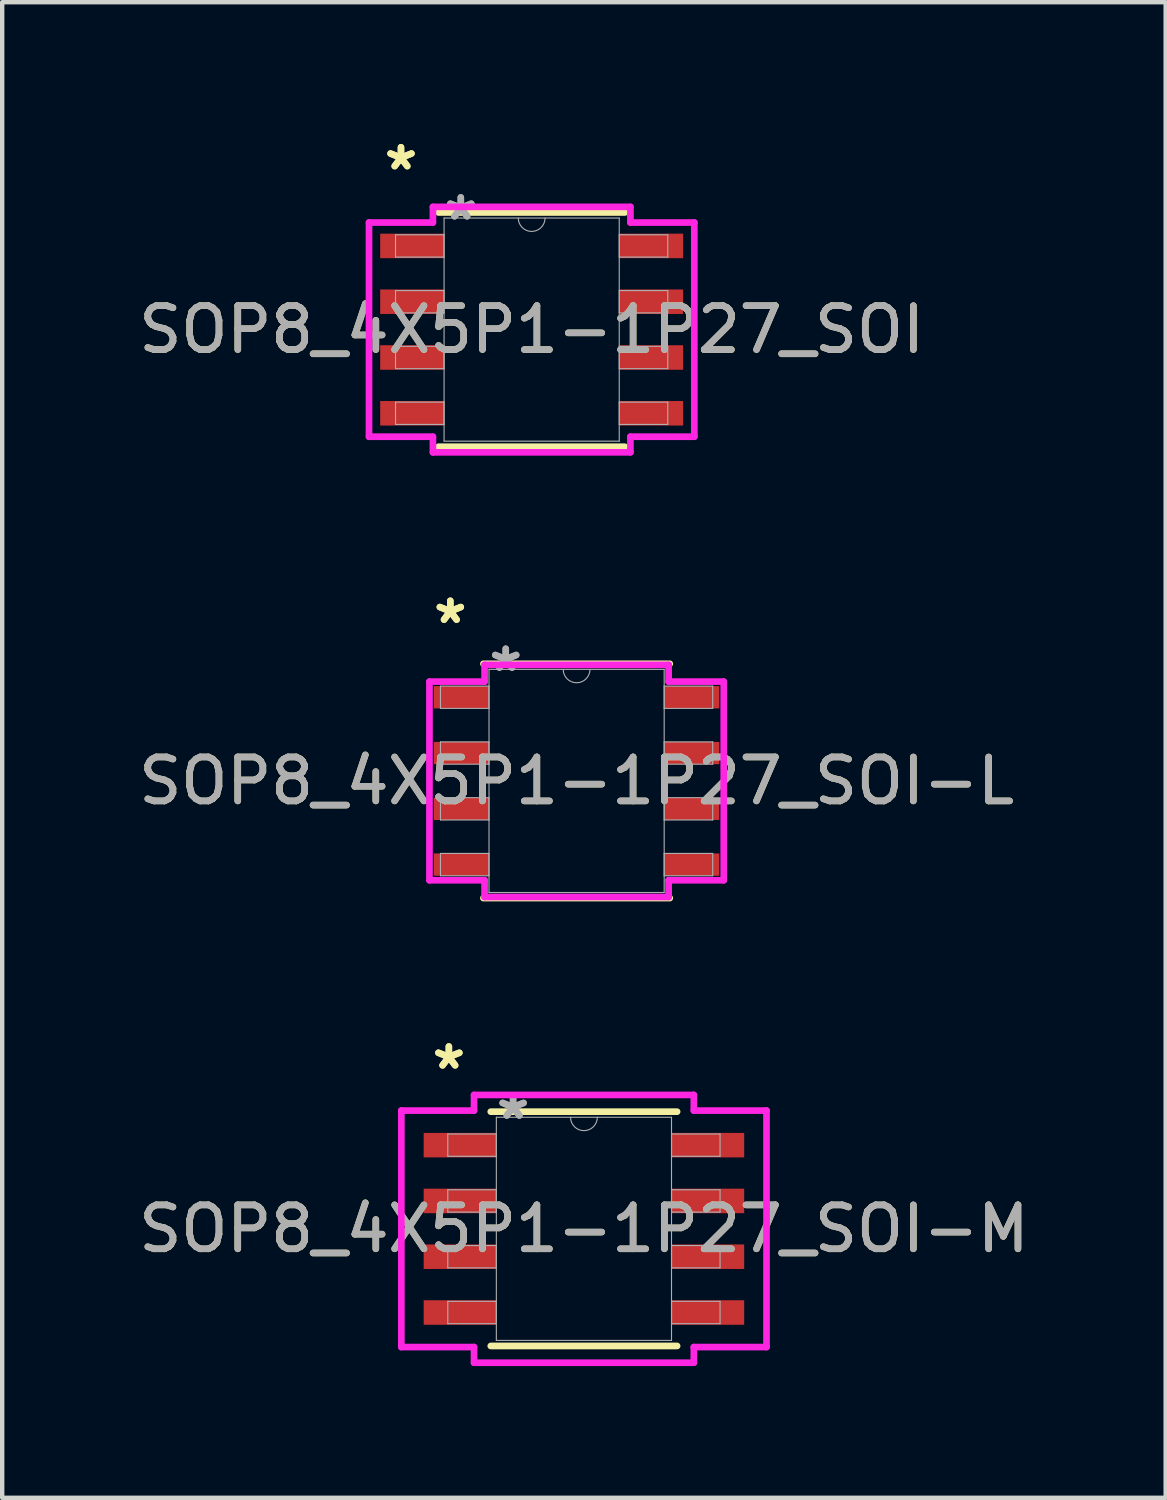
<source format=kicad_pcb>
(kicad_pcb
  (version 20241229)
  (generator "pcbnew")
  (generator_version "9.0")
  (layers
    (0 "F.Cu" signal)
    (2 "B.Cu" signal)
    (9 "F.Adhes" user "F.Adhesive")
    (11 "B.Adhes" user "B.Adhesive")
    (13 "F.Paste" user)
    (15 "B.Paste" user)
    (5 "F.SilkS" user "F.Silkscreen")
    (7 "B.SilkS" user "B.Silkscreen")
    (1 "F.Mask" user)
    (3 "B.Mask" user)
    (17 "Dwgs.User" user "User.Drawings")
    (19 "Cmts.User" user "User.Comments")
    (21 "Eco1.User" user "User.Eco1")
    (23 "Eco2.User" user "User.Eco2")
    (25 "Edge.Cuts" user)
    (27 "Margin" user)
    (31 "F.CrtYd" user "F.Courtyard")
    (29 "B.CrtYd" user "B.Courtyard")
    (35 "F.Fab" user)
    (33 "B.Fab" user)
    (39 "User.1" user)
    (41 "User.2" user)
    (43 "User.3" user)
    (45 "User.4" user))
  (footprint "SOP8_4X5P1-1P27_SOI"
    (layer "F.Cu")
    (at 9.054 4.454)
    (property "Reference" "SOP8_4X5P1-1P27_SOI" (at 0 0 0) (unlocked yes) (layer "F.SilkS") (effects (font (size 1 1) (thickness 0.15))))
    (attr smd)
    (fp_line (start -2.121 2.667) (end 2.121 2.667) (stroke (width 0.152) (type solid)) (layer "F.SilkS"))
    (fp_line (start 2.121 -2.667) (end -2.121 -2.667) (stroke (width 0.152) (type solid)) (layer "F.SilkS"))
    (fp_line (start -3.703 -2.438) (end -2.248 -2.438) (stroke (width 0.152) (type solid)) (layer "F.CrtYd"))
    (fp_line (start -3.703 2.438) (end -3.703 -2.438) (stroke (width 0.152) (type solid)) (layer "F.CrtYd"))
    (fp_line (start -3.703 2.438) (end -2.248 2.438) (stroke (width 0.152) (type solid)) (layer "F.CrtYd"))
    (fp_line (start -2.248 -2.794) (end 2.248 -2.794) (stroke (width 0.152) (type solid)) (layer "F.CrtYd"))
    (fp_line (start -2.248 -2.438) (end -2.248 -2.794) (stroke (width 0.152) (type solid)) (layer "F.CrtYd"))
    (fp_line (start -2.248 2.794) (end -2.248 2.438) (stroke (width 0.152) (type solid)) (layer "F.CrtYd"))
    (fp_line (start 2.248 -2.794) (end 2.248 -2.438) (stroke (width 0.152) (type solid)) (layer "F.CrtYd"))
    (fp_line (start 2.248 2.438) (end 2.248 2.794) (stroke (width 0.152) (type solid)) (layer "F.CrtYd"))
    (fp_line (start 2.248 2.794) (end -2.248 2.794) (stroke (width 0.152) (type solid)) (layer "F.CrtYd"))
    (fp_line (start 3.703 -2.438) (end 2.248 -2.438) (stroke (width 0.152) (type solid)) (layer "F.CrtYd"))
    (fp_line (start 3.703 -2.438) (end 3.703 2.438) (stroke (width 0.152) (type solid)) (layer "F.CrtYd"))
    (fp_line (start 3.703 2.438) (end 2.248 2.438) (stroke (width 0.152) (type solid)) (layer "F.CrtYd"))
    (fp_line (start -3.099 -2.159) (end -3.099 -1.651) (stroke (width 0.025) (type solid)) (layer "F.Fab"))
    (fp_line (start -3.099 -1.651) (end -1.994 -1.651) (stroke (width 0.025) (type solid)) (layer "F.Fab"))
    (fp_line (start -3.099 -0.889) (end -3.099 -0.381) (stroke (width 0.025) (type solid)) (layer "F.Fab"))
    (fp_line (start -3.099 -0.381) (end -1.994 -0.381) (stroke (width 0.025) (type solid)) (layer "F.Fab"))
    (fp_line (start -3.099 0.381) (end -3.099 0.889) (stroke (width 0.025) (type solid)) (layer "F.Fab"))
    (fp_line (start -3.099 0.889) (end -1.994 0.889) (stroke (width 0.025) (type solid)) (layer "F.Fab"))
    (fp_line (start -3.099 1.651) (end -3.099 2.159) (stroke (width 0.025) (type solid)) (layer "F.Fab"))
    (fp_line (start -3.099 2.159) (end -1.994 2.159) (stroke (width 0.025) (type solid)) (layer "F.Fab"))
    (fp_line (start -1.994 -2.54) (end -1.994 2.54) (stroke (width 0.025) (type solid)) (layer "F.Fab"))
    (fp_line (start -1.994 -2.159) (end -3.099 -2.159) (stroke (width 0.025) (type solid)) (layer "F.Fab"))
    (fp_line (start -1.994 -1.651) (end -1.994 -2.159) (stroke (width 0.025) (type solid)) (layer "F.Fab"))
    (fp_line (start -1.994 -0.889) (end -3.099 -0.889) (stroke (width 0.025) (type solid)) (layer "F.Fab"))
    (fp_line (start -1.994 -0.381) (end -1.994 -0.889) (stroke (width 0.025) (type solid)) (layer "F.Fab"))
    (fp_line (start -1.994 0.381) (end -3.099 0.381) (stroke (width 0.025) (type solid)) (layer "F.Fab"))
    (fp_line (start -1.994 0.889) (end -1.994 0.381) (stroke (width 0.025) (type solid)) (layer "F.Fab"))
    (fp_line (start -1.994 1.651) (end -3.099 1.651) (stroke (width 0.025) (type solid)) (layer "F.Fab"))
    (fp_line (start -1.994 2.159) (end -1.994 1.651) (stroke (width 0.025) (type solid)) (layer "F.Fab"))
    (fp_line (start -1.994 2.54) (end 1.994 2.54) (stroke (width 0.025) (type solid)) (layer "F.Fab"))
    (fp_line (start 1.994 -2.54) (end -1.994 -2.54) (stroke (width 0.025) (type solid)) (layer "F.Fab"))
    (fp_line (start 1.994 -2.159) (end 1.994 -1.651) (stroke (width 0.025) (type solid)) (layer "F.Fab"))
    (fp_line (start 1.994 -1.651) (end 3.099 -1.651) (stroke (width 0.025) (type solid)) (layer "F.Fab"))
    (fp_line (start 1.994 -0.889) (end 1.994 -0.381) (stroke (width 0.025) (type solid)) (layer "F.Fab"))
    (fp_line (start 1.994 -0.381) (end 3.099 -0.381) (stroke (width 0.025) (type solid)) (layer "F.Fab"))
    (fp_line (start 1.994 0.381) (end 1.994 0.889) (stroke (width 0.025) (type solid)) (layer "F.Fab"))
    (fp_line (start 1.994 0.889) (end 3.099 0.889) (stroke (width 0.025) (type solid)) (layer "F.Fab"))
    (fp_line (start 1.994 1.651) (end 1.994 2.159) (stroke (width 0.025) (type solid)) (layer "F.Fab"))
    (fp_line (start 1.994 2.159) (end 3.099 2.159) (stroke (width 0.025) (type solid)) (layer "F.Fab"))
    (fp_line (start 1.994 2.54) (end 1.994 -2.54) (stroke (width 0.025) (type solid)) (layer "F.Fab"))
    (fp_line (start 3.099 -2.159) (end 1.994 -2.159) (stroke (width 0.025) (type solid)) (layer "F.Fab"))
    (fp_line (start 3.099 -1.651) (end 3.099 -2.159) (stroke (width 0.025) (type solid)) (layer "F.Fab"))
    (fp_line (start 3.099 -0.889) (end 1.994 -0.889) (stroke (width 0.025) (type solid)) (layer "F.Fab"))
    (fp_line (start 3.099 -0.381) (end 3.099 -0.889) (stroke (width 0.025) (type solid)) (layer "F.Fab"))
    (fp_line (start 3.099 0.381) (end 1.994 0.381) (stroke (width 0.025) (type solid)) (layer "F.Fab"))
    (fp_line (start 3.099 0.889) (end 3.099 0.381) (stroke (width 0.025) (type solid)) (layer "F.Fab"))
    (fp_line (start 3.099 1.651) (end 1.994 1.651) (stroke (width 0.025) (type solid)) (layer "F.Fab"))
    (fp_line (start 3.099 2.159) (end 3.099 1.651) (stroke (width 0.025) (type solid)) (layer "F.Fab"))
    (fp_arc (start 0.3048 -2.54) (mid 0 -2.2352) (end -0.3048 -2.54) (stroke (width 0.0254) (type solid)) (layer "F.Fab"))
    (fp_text user "*" (at -2.975 -3.606 0) (unlocked yes) (layer "F.SilkS") (effects (font (size 1 1) (thickness 0.15))))
    (fp_text user "*" (at -2.975 -3.606 0) (layer "F.SilkS") (effects (font (size 1 1) (thickness 0.15))))
    (fp_text user "*" (at -1.613 -2.464 0) (layer "F.Fab") (effects (font (size 1 1) (thickness 0.15))))
    (fp_text user "${REFERENCE}" (at 0 0 0) (unlocked yes) (layer "F.Fab") (effects (font (size 1 1) (thickness 0.15))))
    (fp_text user "*" (at -1.613 -2.464 0) (unlocked yes) (layer "F.Fab") (effects (font (size 1 1) (thickness 0.15))))
    (pad "1" smd rect (at -2.721 -1.905) (size 1.455 0.558) (layers "F.Cu" "F.Mask" "F.Paste"))
    (pad "2" smd rect (at -2.721 -0.635) (size 1.455 0.558) (layers "F.Cu" "F.Mask" "F.Paste"))
    (pad "3" smd rect (at -2.721 0.635) (size 1.455 0.558) (layers "F.Cu" "F.Mask" "F.Paste"))
    (pad "4" smd rect (at -2.721 1.905) (size 1.455 0.558) (layers "F.Cu" "F.Mask" "F.Paste"))
    (pad "5" smd rect (at 2.721 1.905) (size 1.455 0.558) (layers "F.Cu" "F.Mask" "F.Paste"))
    (pad "6" smd rect (at 2.721 0.635) (size 1.455 0.558) (layers "F.Cu" "F.Mask" "F.Paste"))
    (pad "7" smd rect (at 2.721 -0.635) (size 1.455 0.558) (layers "F.Cu" "F.Mask" "F.Paste"))
    (pad "8" smd rect (at 2.721 -1.905) (size 1.455 0.558) (layers "F.Cu" "F.Mask" "F.Paste")))
  (footprint "SOP8_4X5P1-1P27_SOI-L"
    (layer "F.Cu")
    (at 10.077 14.729)
    (property "Reference" "SOP8_4X5P1-1P27_SOI-L" (at 0 0 0) (unlocked yes) (layer "F.SilkS") (effects (font (size 1 1) (thickness 0.15))))
    (attr smd)
    (fp_line (start -2.121 2.667) (end 2.121 2.667) (stroke (width 0.152) (type solid)) (layer "F.SilkS"))
    (fp_line (start 2.121 -2.667) (end -2.121 -2.667) (stroke (width 0.152) (type solid)) (layer "F.SilkS"))
    (fp_line (start -3.35 -2.261) (end -2.095 -2.261) (stroke (width 0.152) (type solid)) (layer "F.CrtYd"))
    (fp_line (start -3.35 2.261) (end -3.35 -2.261) (stroke (width 0.152) (type solid)) (layer "F.CrtYd"))
    (fp_line (start -3.35 2.261) (end -2.095 2.261) (stroke (width 0.152) (type solid)) (layer "F.CrtYd"))
    (fp_line (start -2.095 -2.642) (end 2.095 -2.642) (stroke (width 0.152) (type solid)) (layer "F.CrtYd"))
    (fp_line (start -2.095 -2.261) (end -2.095 -2.642) (stroke (width 0.152) (type solid)) (layer "F.CrtYd"))
    (fp_line (start -2.095 2.642) (end -2.095 2.261) (stroke (width 0.152) (type solid)) (layer "F.CrtYd"))
    (fp_line (start 2.095 -2.642) (end 2.095 -2.261) (stroke (width 0.152) (type solid)) (layer "F.CrtYd"))
    (fp_line (start 2.095 2.261) (end 2.095 2.642) (stroke (width 0.152) (type solid)) (layer "F.CrtYd"))
    (fp_line (start 2.095 2.642) (end -2.095 2.642) (stroke (width 0.152) (type solid)) (layer "F.CrtYd"))
    (fp_line (start 3.35 -2.261) (end 2.095 -2.261) (stroke (width 0.152) (type solid)) (layer "F.CrtYd"))
    (fp_line (start 3.35 -2.261) (end 3.35 2.261) (stroke (width 0.152) (type solid)) (layer "F.CrtYd"))
    (fp_line (start 3.35 2.261) (end 2.095 2.261) (stroke (width 0.152) (type solid)) (layer "F.CrtYd"))
    (fp_line (start -3.099 -2.159) (end -3.099 -1.651) (stroke (width 0.025) (type solid)) (layer "F.Fab"))
    (fp_line (start -3.099 -1.651) (end -1.994 -1.651) (stroke (width 0.025) (type solid)) (layer "F.Fab"))
    (fp_line (start -3.099 -0.889) (end -3.099 -0.381) (stroke (width 0.025) (type solid)) (layer "F.Fab"))
    (fp_line (start -3.099 -0.381) (end -1.994 -0.381) (stroke (width 0.025) (type solid)) (layer "F.Fab"))
    (fp_line (start -3.099 0.381) (end -3.099 0.889) (stroke (width 0.025) (type solid)) (layer "F.Fab"))
    (fp_line (start -3.099 0.889) (end -1.994 0.889) (stroke (width 0.025) (type solid)) (layer "F.Fab"))
    (fp_line (start -3.099 1.651) (end -3.099 2.159) (stroke (width 0.025) (type solid)) (layer "F.Fab"))
    (fp_line (start -3.099 2.159) (end -1.994 2.159) (stroke (width 0.025) (type solid)) (layer "F.Fab"))
    (fp_line (start -1.994 -2.54) (end -1.994 2.54) (stroke (width 0.025) (type solid)) (layer "F.Fab"))
    (fp_line (start -1.994 -2.159) (end -3.099 -2.159) (stroke (width 0.025) (type solid)) (layer "F.Fab"))
    (fp_line (start -1.994 -1.651) (end -1.994 -2.159) (stroke (width 0.025) (type solid)) (layer "F.Fab"))
    (fp_line (start -1.994 -0.889) (end -3.099 -0.889) (stroke (width 0.025) (type solid)) (layer "F.Fab"))
    (fp_line (start -1.994 -0.381) (end -1.994 -0.889) (stroke (width 0.025) (type solid)) (layer "F.Fab"))
    (fp_line (start -1.994 0.381) (end -3.099 0.381) (stroke (width 0.025) (type solid)) (layer "F.Fab"))
    (fp_line (start -1.994 0.889) (end -1.994 0.381) (stroke (width 0.025) (type solid)) (layer "F.Fab"))
    (fp_line (start -1.994 1.651) (end -3.099 1.651) (stroke (width 0.025) (type solid)) (layer "F.Fab"))
    (fp_line (start -1.994 2.159) (end -1.994 1.651) (stroke (width 0.025) (type solid)) (layer "F.Fab"))
    (fp_line (start -1.994 2.54) (end 1.994 2.54) (stroke (width 0.025) (type solid)) (layer "F.Fab"))
    (fp_line (start 1.994 -2.54) (end -1.994 -2.54) (stroke (width 0.025) (type solid)) (layer "F.Fab"))
    (fp_line (start 1.994 -2.159) (end 1.994 -1.651) (stroke (width 0.025) (type solid)) (layer "F.Fab"))
    (fp_line (start 1.994 -1.651) (end 3.099 -1.651) (stroke (width 0.025) (type solid)) (layer "F.Fab"))
    (fp_line (start 1.994 -0.889) (end 1.994 -0.381) (stroke (width 0.025) (type solid)) (layer "F.Fab"))
    (fp_line (start 1.994 -0.381) (end 3.099 -0.381) (stroke (width 0.025) (type solid)) (layer "F.Fab"))
    (fp_line (start 1.994 0.381) (end 1.994 0.889) (stroke (width 0.025) (type solid)) (layer "F.Fab"))
    (fp_line (start 1.994 0.889) (end 3.099 0.889) (stroke (width 0.025) (type solid)) (layer "F.Fab"))
    (fp_line (start 1.994 1.651) (end 1.994 2.159) (stroke (width 0.025) (type solid)) (layer "F.Fab"))
    (fp_line (start 1.994 2.159) (end 3.099 2.159) (stroke (width 0.025) (type solid)) (layer "F.Fab"))
    (fp_line (start 1.994 2.54) (end 1.994 -2.54) (stroke (width 0.025) (type solid)) (layer "F.Fab"))
    (fp_line (start 3.099 -2.159) (end 1.994 -2.159) (stroke (width 0.025) (type solid)) (layer "F.Fab"))
    (fp_line (start 3.099 -1.651) (end 3.099 -2.159) (stroke (width 0.025) (type solid)) (layer "F.Fab"))
    (fp_line (start 3.099 -0.889) (end 1.994 -0.889) (stroke (width 0.025) (type solid)) (layer "F.Fab"))
    (fp_line (start 3.099 -0.381) (end 3.099 -0.889) (stroke (width 0.025) (type solid)) (layer "F.Fab"))
    (fp_line (start 3.099 0.381) (end 1.994 0.381) (stroke (width 0.025) (type solid)) (layer "F.Fab"))
    (fp_line (start 3.099 0.889) (end 3.099 0.381) (stroke (width 0.025) (type solid)) (layer "F.Fab"))
    (fp_line (start 3.099 1.651) (end 1.994 1.651) (stroke (width 0.025) (type solid)) (layer "F.Fab"))
    (fp_line (start 3.099 2.159) (end 3.099 1.651) (stroke (width 0.025) (type solid)) (layer "F.Fab"))
    (fp_arc (start 0.3048 -2.54) (mid 0 -2.2352) (end -0.3048 -2.54) (stroke (width 0.0254) (type solid)) (layer "F.Fab"))
    (fp_text user "*" (at -2.875 -3.556 0) (unlocked yes) (layer "F.SilkS") (effects (font (size 1 1) (thickness 0.15))))
    (fp_text user "*" (at -2.875 -3.556 0) (layer "F.SilkS") (effects (font (size 1 1) (thickness 0.15))))
    (fp_text user "*" (at -1.613 -2.464 0) (layer "F.Fab") (effects (font (size 1 1) (thickness 0.15))))
    (fp_text user "${REFERENCE}" (at 0 0 0) (unlocked yes) (layer "F.Fab") (effects (font (size 1 1) (thickness 0.15))))
    (fp_text user "*" (at -1.613 -2.464 0) (unlocked yes) (layer "F.Fab") (effects (font (size 1 1) (thickness 0.15))))
    (pad "1" smd rect (at -2.621 -1.905) (size 1.255 0.508) (layers "F.Cu" "F.Mask" "F.Paste"))
    (pad "2" smd rect (at -2.621 -0.635) (size 1.255 0.508) (layers "F.Cu" "F.Mask" "F.Paste"))
    (pad "3" smd rect (at -2.621 0.635) (size 1.255 0.508) (layers "F.Cu" "F.Mask" "F.Paste"))
    (pad "4" smd rect (at -2.621 1.905) (size 1.255 0.508) (layers "F.Cu" "F.Mask" "F.Paste"))
    (pad "5" smd rect (at 2.621 1.905) (size 1.255 0.508) (layers "F.Cu" "F.Mask" "F.Paste"))
    (pad "6" smd rect (at 2.621 0.635) (size 1.255 0.508) (layers "F.Cu" "F.Mask" "F.Paste"))
    (pad "7" smd rect (at 2.621 -0.635) (size 1.255 0.508) (layers "F.Cu" "F.Mask" "F.Paste"))
    (pad "8" smd rect (at 2.621 -1.905) (size 1.255 0.508) (layers "F.Cu" "F.Mask" "F.Paste")))
  (footprint "SOP8_4X5P1-1P27_SOI-M"
    (layer "F.Cu")
    (at 10.244 24.926)
    (property "Reference" "SOP8_4X5P1-1P27_SOI-M" (at 0 0 0) (unlocked yes) (layer "F.SilkS") (effects (font (size 1 1) (thickness 0.15))))
    (attr smd)
    (fp_line (start -2.121 2.667) (end 2.121 2.667) (stroke (width 0.152) (type solid)) (layer "F.SilkS"))
    (fp_line (start 2.121 -2.667) (end -2.121 -2.667) (stroke (width 0.152) (type solid)) (layer "F.SilkS"))
    (fp_line (start -4.157 -2.692) (end -2.502 -2.692) (stroke (width 0.152) (type solid)) (layer "F.CrtYd"))
    (fp_line (start -4.157 2.692) (end -4.157 -2.692) (stroke (width 0.152) (type solid)) (layer "F.CrtYd"))
    (fp_line (start -4.157 2.692) (end -2.502 2.692) (stroke (width 0.152) (type solid)) (layer "F.CrtYd"))
    (fp_line (start -2.502 -3.048) (end 2.502 -3.048) (stroke (width 0.152) (type solid)) (layer "F.CrtYd"))
    (fp_line (start -2.502 -2.692) (end -2.502 -3.048) (stroke (width 0.152) (type solid)) (layer "F.CrtYd"))
    (fp_line (start -2.502 3.048) (end -2.502 2.692) (stroke (width 0.152) (type solid)) (layer "F.CrtYd"))
    (fp_line (start 2.502 -3.048) (end 2.502 -2.692) (stroke (width 0.152) (type solid)) (layer "F.CrtYd"))
    (fp_line (start 2.502 2.692) (end 2.502 3.048) (stroke (width 0.152) (type solid)) (layer "F.CrtYd"))
    (fp_line (start 2.502 3.048) (end -2.502 3.048) (stroke (width 0.152) (type solid)) (layer "F.CrtYd"))
    (fp_line (start 4.157 -2.692) (end 2.502 -2.692) (stroke (width 0.152) (type solid)) (layer "F.CrtYd"))
    (fp_line (start 4.157 -2.692) (end 4.157 2.692) (stroke (width 0.152) (type solid)) (layer "F.CrtYd"))
    (fp_line (start 4.157 2.692) (end 2.502 2.692) (stroke (width 0.152) (type solid)) (layer "F.CrtYd"))
    (fp_line (start -3.099 -2.159) (end -3.099 -1.651) (stroke (width 0.025) (type solid)) (layer "F.Fab"))
    (fp_line (start -3.099 -1.651) (end -1.994 -1.651) (stroke (width 0.025) (type solid)) (layer "F.Fab"))
    (fp_line (start -3.099 -0.889) (end -3.099 -0.381) (stroke (width 0.025) (type solid)) (layer "F.Fab"))
    (fp_line (start -3.099 -0.381) (end -1.994 -0.381) (stroke (width 0.025) (type solid)) (layer "F.Fab"))
    (fp_line (start -3.099 0.381) (end -3.099 0.889) (stroke (width 0.025) (type solid)) (layer "F.Fab"))
    (fp_line (start -3.099 0.889) (end -1.994 0.889) (stroke (width 0.025) (type solid)) (layer "F.Fab"))
    (fp_line (start -3.099 1.651) (end -3.099 2.159) (stroke (width 0.025) (type solid)) (layer "F.Fab"))
    (fp_line (start -3.099 2.159) (end -1.994 2.159) (stroke (width 0.025) (type solid)) (layer "F.Fab"))
    (fp_line (start -1.994 -2.54) (end -1.994 2.54) (stroke (width 0.025) (type solid)) (layer "F.Fab"))
    (fp_line (start -1.994 -2.159) (end -3.099 -2.159) (stroke (width 0.025) (type solid)) (layer "F.Fab"))
    (fp_line (start -1.994 -1.651) (end -1.994 -2.159) (stroke (width 0.025) (type solid)) (layer "F.Fab"))
    (fp_line (start -1.994 -0.889) (end -3.099 -0.889) (stroke (width 0.025) (type solid)) (layer "F.Fab"))
    (fp_line (start -1.994 -0.381) (end -1.994 -0.889) (stroke (width 0.025) (type solid)) (layer "F.Fab"))
    (fp_line (start -1.994 0.381) (end -3.099 0.381) (stroke (width 0.025) (type solid)) (layer "F.Fab"))
    (fp_line (start -1.994 0.889) (end -1.994 0.381) (stroke (width 0.025) (type solid)) (layer "F.Fab"))
    (fp_line (start -1.994 1.651) (end -3.099 1.651) (stroke (width 0.025) (type solid)) (layer "F.Fab"))
    (fp_line (start -1.994 2.159) (end -1.994 1.651) (stroke (width 0.025) (type solid)) (layer "F.Fab"))
    (fp_line (start -1.994 2.54) (end 1.994 2.54) (stroke (width 0.025) (type solid)) (layer "F.Fab"))
    (fp_line (start 1.994 -2.54) (end -1.994 -2.54) (stroke (width 0.025) (type solid)) (layer "F.Fab"))
    (fp_line (start 1.994 -2.159) (end 1.994 -1.651) (stroke (width 0.025) (type solid)) (layer "F.Fab"))
    (fp_line (start 1.994 -1.651) (end 3.099 -1.651) (stroke (width 0.025) (type solid)) (layer "F.Fab"))
    (fp_line (start 1.994 -0.889) (end 1.994 -0.381) (stroke (width 0.025) (type solid)) (layer "F.Fab"))
    (fp_line (start 1.994 -0.381) (end 3.099 -0.381) (stroke (width 0.025) (type solid)) (layer "F.Fab"))
    (fp_line (start 1.994 0.381) (end 1.994 0.889) (stroke (width 0.025) (type solid)) (layer "F.Fab"))
    (fp_line (start 1.994 0.889) (end 3.099 0.889) (stroke (width 0.025) (type solid)) (layer "F.Fab"))
    (fp_line (start 1.994 1.651) (end 1.994 2.159) (stroke (width 0.025) (type solid)) (layer "F.Fab"))
    (fp_line (start 1.994 2.159) (end 3.099 2.159) (stroke (width 0.025) (type solid)) (layer "F.Fab"))
    (fp_line (start 1.994 2.54) (end 1.994 -2.54) (stroke (width 0.025) (type solid)) (layer "F.Fab"))
    (fp_line (start 3.099 -2.159) (end 1.994 -2.159) (stroke (width 0.025) (type solid)) (layer "F.Fab"))
    (fp_line (start 3.099 -1.651) (end 3.099 -2.159) (stroke (width 0.025) (type solid)) (layer "F.Fab"))
    (fp_line (start 3.099 -0.889) (end 1.994 -0.889) (stroke (width 0.025) (type solid)) (layer "F.Fab"))
    (fp_line (start 3.099 -0.381) (end 3.099 -0.889) (stroke (width 0.025) (type solid)) (layer "F.Fab"))
    (fp_line (start 3.099 0.381) (end 1.994 0.381) (stroke (width 0.025) (type solid)) (layer "F.Fab"))
    (fp_line (start 3.099 0.889) (end 3.099 0.381) (stroke (width 0.025) (type solid)) (layer "F.Fab"))
    (fp_line (start 3.099 1.651) (end 1.994 1.651) (stroke (width 0.025) (type solid)) (layer "F.Fab"))
    (fp_line (start 3.099 2.159) (end 3.099 1.651) (stroke (width 0.025) (type solid)) (layer "F.Fab"))
    (fp_arc (start 0.3048 -2.54) (mid 0 -2.2352) (end -0.3048 -2.54) (stroke (width 0.0254) (type solid)) (layer "F.Fab"))
    (fp_text user "*" (at -3.075 -3.606 0) (unlocked yes) (layer "F.SilkS") (effects (font (size 1 1) (thickness 0.15))))
    (fp_text user "*" (at -3.075 -3.606 0) (layer "F.SilkS") (effects (font (size 1 1) (thickness 0.15))))
    (fp_text user "${REFERENCE}" (at 0 0 0) (unlocked yes) (layer "F.Fab") (effects (font (size 1 1) (thickness 0.15))))
    (fp_text user "*" (at -1.613 -2.464 0) (layer "F.Fab") (effects (font (size 1 1) (thickness 0.15))))
    (fp_text user "*" (at -1.613 -2.464 0) (unlocked yes) (layer "F.Fab") (effects (font (size 1 1) (thickness 0.15))))
    (pad "1" smd rect (at -2.821 -1.905) (size 1.655 0.558) (layers "F.Cu" "F.Mask" "F.Paste"))
    (pad "2" smd rect (at -2.821 -0.635) (size 1.655 0.558) (layers "F.Cu" "F.Mask" "F.Paste"))
    (pad "3" smd rect (at -2.821 0.635) (size 1.655 0.558) (layers "F.Cu" "F.Mask" "F.Paste"))
    (pad "4" smd rect (at -2.821 1.905) (size 1.655 0.558) (layers "F.Cu" "F.Mask" "F.Paste"))
    (pad "5" smd rect (at 2.821 1.905) (size 1.655 0.558) (layers "F.Cu" "F.Mask" "F.Paste"))
    (pad "6" smd rect (at 2.821 0.635) (size 1.655 0.558) (layers "F.Cu" "F.Mask" "F.Paste"))
    (pad "7" smd rect (at 2.821 -0.635) (size 1.655 0.558) (layers "F.Cu" "F.Mask" "F.Paste"))
    (pad "8" smd rect (at 2.821 -1.905) (size 1.655 0.558) (layers "F.Cu" "F.Mask" "F.Paste")))
  (gr_rect
    (start -3 -3)
    (end 23.488 31.05)
    (stroke (width 0.1) (type default))
    (fill no)
    (layer "Edge.Cuts")))
</source>
